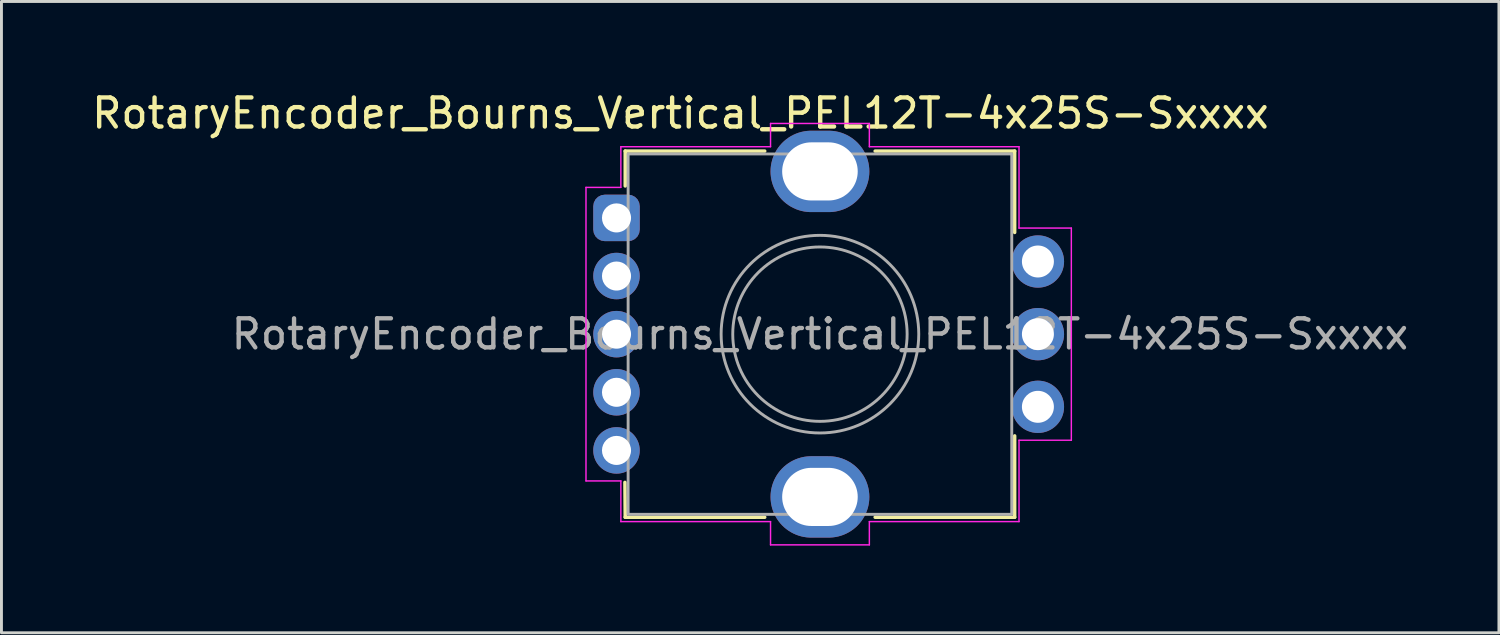
<source format=kicad_pcb>
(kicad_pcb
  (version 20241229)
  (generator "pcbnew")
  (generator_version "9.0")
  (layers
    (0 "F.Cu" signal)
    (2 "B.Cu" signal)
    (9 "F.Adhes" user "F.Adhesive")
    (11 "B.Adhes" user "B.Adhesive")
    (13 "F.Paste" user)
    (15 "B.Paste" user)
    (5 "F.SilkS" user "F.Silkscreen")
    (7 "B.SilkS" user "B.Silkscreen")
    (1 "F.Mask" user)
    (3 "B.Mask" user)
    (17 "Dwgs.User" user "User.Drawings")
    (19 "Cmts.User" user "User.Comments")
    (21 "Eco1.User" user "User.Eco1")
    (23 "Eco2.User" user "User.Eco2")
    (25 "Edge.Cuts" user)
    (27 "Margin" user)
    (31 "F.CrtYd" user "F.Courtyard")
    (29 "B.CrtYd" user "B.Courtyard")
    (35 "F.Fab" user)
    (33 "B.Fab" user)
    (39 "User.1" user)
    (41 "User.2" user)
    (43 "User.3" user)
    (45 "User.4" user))
  (footprint "RotaryEncoder_Bourns_Vertical_PEL12T-4x25S-Sxxxx"
    (layer "F.Cu")
    (at 18.163 4.448)
    (property "Reference" "RotaryEncoder_Bourns_Vertical_PEL12T-4x25S-Sxxxx" (at 2.2 -3.6 180) (layer "F.SilkS") (effects (font (size 1 1) (thickness 0.15))))
    (attr through_hole)
    (fp_line (start 0.29 9.1) (end 0.3 10.3) (stroke (width 0.12) (type default)) (layer "F.SilkS"))
    (fp_line (start 0.3 -2.3) (end 0.3 -1.1) (stroke (width 0.12) (type default)) (layer "F.SilkS"))
    (fp_line (start 0.3 10.3) (end 5.1 10.3) (stroke (width 0.12) (type default)) (layer "F.SilkS"))
    (fp_line (start 5.1 -2.3) (end 0.3 -2.3) (stroke (width 0.12) (type default)) (layer "F.SilkS"))
    (fp_line (start 8.9 -2.3) (end 13.7 -2.3) (stroke (width 0.12) (type default)) (layer "F.SilkS"))
    (fp_line (start 13.7 -2.3) (end 13.7 0.5) (stroke (width 0.12) (type default)) (layer "F.SilkS"))
    (fp_line (start 13.7 7.5) (end 13.7 10.3) (stroke (width 0.12) (type default)) (layer "F.SilkS"))
    (fp_line (start 13.7 10.3) (end 8.9 10.3) (stroke (width 0.12) (type default)) (layer "F.SilkS"))
    (fp_line (start -1.05 -1.05) (end -1.05 9.05) (stroke (width 0.05) (type default)) (layer "F.CrtYd"))
    (fp_line (start -1.05 9.05) (end 0.15 9.05) (stroke (width 0.05) (type default)) (layer "F.CrtYd"))
    (fp_line (start 0.15 -2.45) (end 0.15 -1.06) (stroke (width 0.05) (type default)) (layer "F.CrtYd"))
    (fp_line (start 0.15 -1.05) (end -1.05 -1.05) (stroke (width 0.05) (type default)) (layer "F.CrtYd"))
    (fp_line (start 0.15 9.05) (end 0.15 10.45) (stroke (width 0.05) (type default)) (layer "F.CrtYd"))
    (fp_line (start 0.15 10.45) (end 5.3 10.45) (stroke (width 0.05) (type default)) (layer "F.CrtYd"))
    (fp_line (start 5.3 -3.25) (end 5.3 -2.45) (stroke (width 0.05) (type default)) (layer "F.CrtYd"))
    (fp_line (start 5.3 -2.45) (end 0.15 -2.45) (stroke (width 0.05) (type default)) (layer "F.CrtYd"))
    (fp_line (start 5.3 10.45) (end 5.3 11.25) (stroke (width 0.05) (type default)) (layer "F.CrtYd"))
    (fp_line (start 5.3 11.25) (end 8.7 11.25) (stroke (width 0.05) (type default)) (layer "F.CrtYd"))
    (fp_line (start 8.7 -3.25) (end 5.3 -3.25) (stroke (width 0.05) (type default)) (layer "F.CrtYd"))
    (fp_line (start 8.7 -2.45) (end 8.7 -3.25) (stroke (width 0.05) (type default)) (layer "F.CrtYd"))
    (fp_line (start 8.7 10.45) (end 13.85 10.45) (stroke (width 0.05) (type default)) (layer "F.CrtYd"))
    (fp_line (start 8.7 11.25) (end 8.7 10.45) (stroke (width 0.05) (type default)) (layer "F.CrtYd"))
    (fp_line (start 13.85 -2.45) (end 8.7 -2.45) (stroke (width 0.05) (type default)) (layer "F.CrtYd"))
    (fp_line (start 13.85 0.35) (end 13.85 -2.45) (stroke (width 0.05) (type default)) (layer "F.CrtYd"))
    (fp_line (start 13.85 7.65) (end 15.65 7.65) (stroke (width 0.05) (type default)) (layer "F.CrtYd"))
    (fp_line (start 13.85 10.45) (end 13.85 7.65) (stroke (width 0.05) (type default)) (layer "F.CrtYd"))
    (fp_line (start 15.65 0.35) (end 13.85 0.35) (stroke (width 0.05) (type default)) (layer "F.CrtYd"))
    (fp_line (start 15.65 7.65) (end 15.65 0.35) (stroke (width 0.05) (type default)) (layer "F.CrtYd"))
    (fp_rect (start 0.4 -2.2) (end 13.6 10.2) (stroke (width 0.1) (type default)) (fill no) (layer "F.Fab"))
    (fp_circle (center 7 4) (end 7 0.6) (stroke (width 0.1) (type solid)) (fill no) (layer "F.Fab"))
    (fp_circle (center 7 4) (end 7 1) (stroke (width 0.1) (type default)) (fill no) (layer "F.Fab"))
    (fp_text user "${REFERENCE}" (at 7 4 180) (layer "F.Fab") (effects (font (size 1 1) (thickness 0.15))))
    (pad "1" thru_hole roundrect (at 0 0 90) (size 1.6 1.6) (drill 1) (layers "*.Cu" "*.Mask") (roundrect_rratio 0.25))
    (pad "2" thru_hole circle (at 0 2 90) (size 1.6 1.6) (drill 1) (layers "*.Cu" "*.Mask"))
    (pad "3" thru_hole circle (at 0 4 90) (size 1.6 1.6) (drill 1) (layers "*.Cu" "*.Mask"))
    (pad "4" thru_hole circle (at 0 6 90) (size 1.6 1.6) (drill 1) (layers "*.Cu" "*.Mask"))
    (pad "5" thru_hole circle (at 0 8 90) (size 1.6 1.6) (drill 1) (layers "*.Cu" "*.Mask"))
    (pad "A" thru_hole circle (at 14.5 6.5 90) (size 1.8 1.8) (drill 1.1) (layers "*.Cu" "*.Mask"))
    (pad "B" thru_hole circle (at 14.5 4 90) (size 1.8 1.8) (drill 1.1) (layers "*.Cu" "*.Mask"))
    (pad "C" thru_hole circle (at 14.5 1.5 90) (size 1.8 1.8) (drill 1.1) (layers "*.Cu" "*.Mask"))
    (pad "SH" thru_hole oval (at 7 -1.6 90) (size 2.8 3.4) (drill oval 2 2.6) (layers "*.Cu" "*.Mask"))
    (pad "SH" thru_hole oval (at 7 9.6 180) (size 3.4 2.8) (drill oval 2.6 2) (layers "*.Cu" "*.Mask")))
  (gr_rect
    (start -3 -3)
    (end 48.526 18.723)
    (stroke (width 0.1) (type default))
    (fill no)
    (layer "Edge.Cuts")))
</source>
